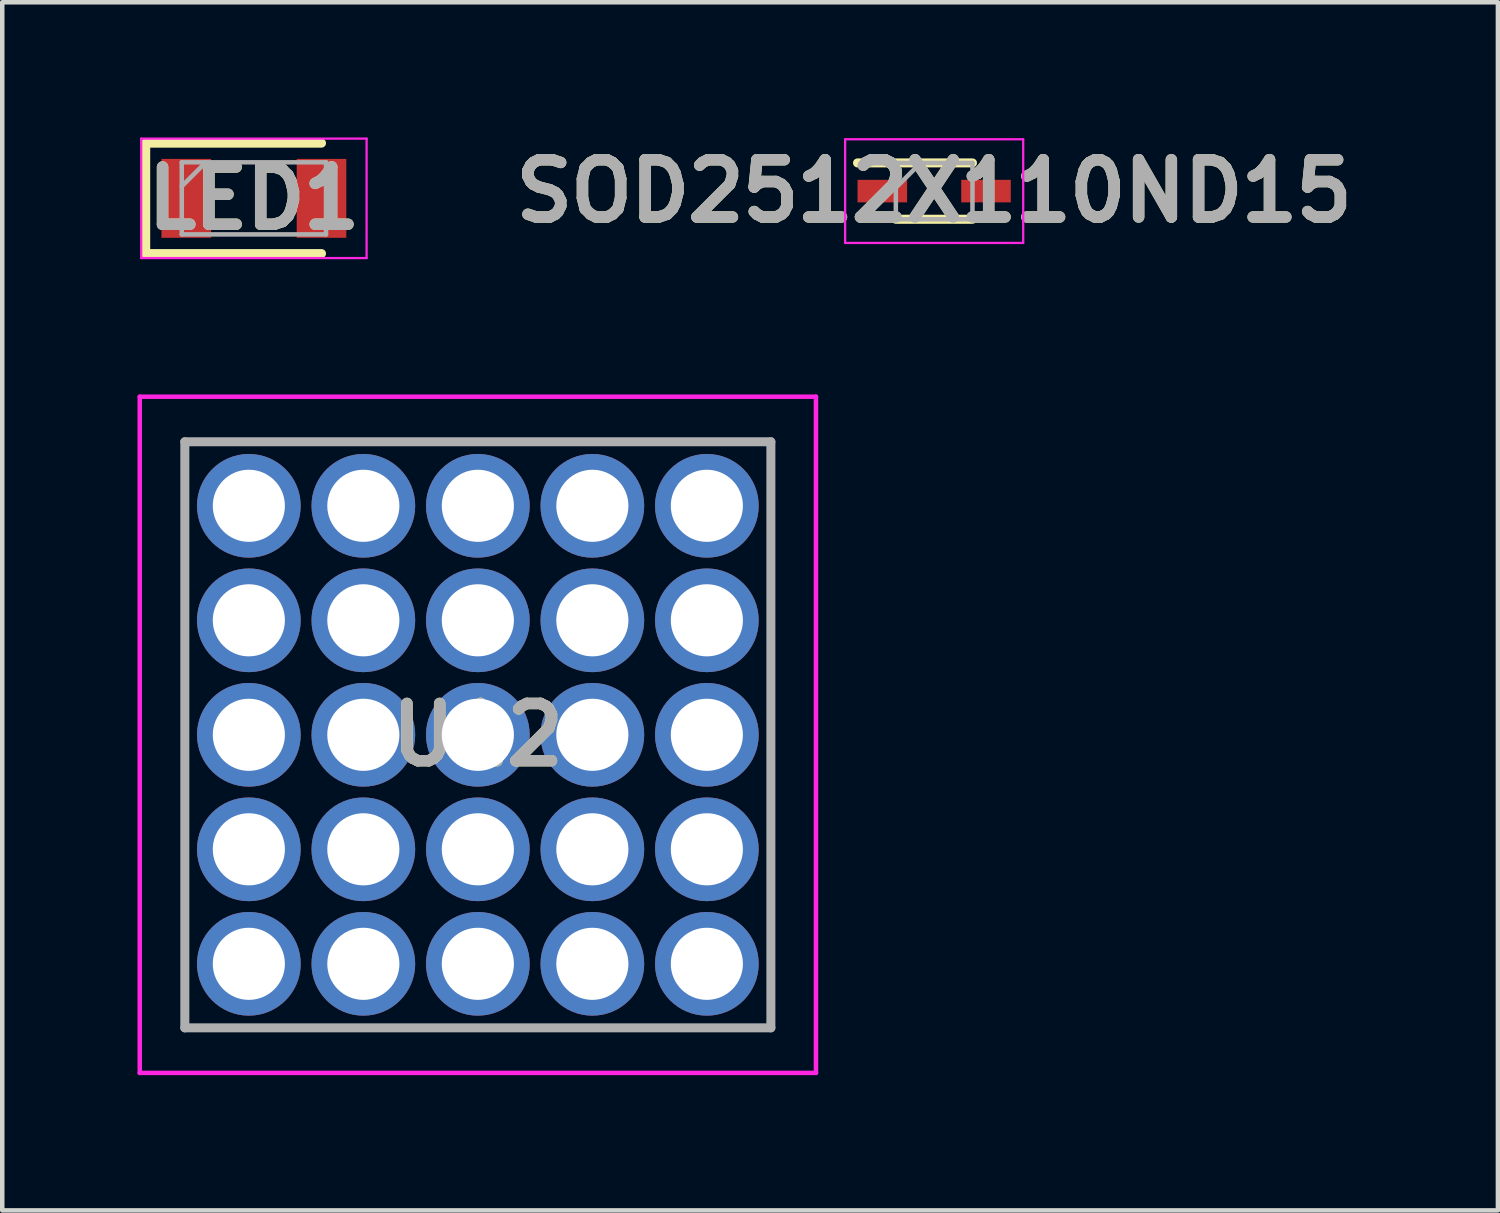
<source format=kicad_pcb>
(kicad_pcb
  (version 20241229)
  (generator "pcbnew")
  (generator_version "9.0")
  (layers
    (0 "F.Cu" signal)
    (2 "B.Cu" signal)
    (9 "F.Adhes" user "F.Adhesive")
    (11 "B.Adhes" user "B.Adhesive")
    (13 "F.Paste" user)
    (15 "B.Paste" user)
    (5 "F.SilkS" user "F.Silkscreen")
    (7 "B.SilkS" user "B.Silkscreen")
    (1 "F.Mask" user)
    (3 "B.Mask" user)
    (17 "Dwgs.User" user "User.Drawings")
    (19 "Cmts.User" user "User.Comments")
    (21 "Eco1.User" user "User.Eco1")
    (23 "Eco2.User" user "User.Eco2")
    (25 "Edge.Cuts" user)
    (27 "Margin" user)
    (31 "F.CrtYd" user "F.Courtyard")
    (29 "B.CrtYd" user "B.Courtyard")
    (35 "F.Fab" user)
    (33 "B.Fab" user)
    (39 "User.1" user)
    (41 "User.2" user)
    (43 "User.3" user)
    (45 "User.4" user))
  (footprint "LED1"
    (layer "F.Cu")
    (at 2.582 1.35)
    (property "Reference" "LED1" (at 0 0 0) (layer "F.SilkS") (effects (font (size 1.27 1.27) (thickness 0.254))))
    (attr smd)
    (fp_line (start -2.4 -1.225) (end -2.4 1.225) (stroke (width 0.2) (type solid)) (layer "F.SilkS"))
    (fp_line (start -2.4 1.225) (end 1.5 1.225) (stroke (width 0.2) (type solid)) (layer "F.SilkS"))
    (fp_line (start 1.5 -1.225) (end -2.4 -1.225) (stroke (width 0.2) (type solid)) (layer "F.SilkS"))
    (fp_line (start -2.5 -1.325) (end 2.5 -1.325) (stroke (width 0.05) (type solid)) (layer "F.CrtYd"))
    (fp_line (start -2.5 1.325) (end -2.5 -1.325) (stroke (width 0.05) (type solid)) (layer "F.CrtYd"))
    (fp_line (start 2.5 -1.325) (end 2.5 1.325) (stroke (width 0.05) (type solid)) (layer "F.CrtYd"))
    (fp_line (start 2.5 1.325) (end -2.5 1.325) (stroke (width 0.05) (type solid)) (layer "F.CrtYd"))
    (fp_line (start -1.6 -0.8) (end 1.6 -0.8) (stroke (width 0.1) (type solid)) (layer "F.Fab"))
    (fp_line (start -1.6 -0.267) (end -1.067 -0.8) (stroke (width 0.1) (type solid)) (layer "F.Fab"))
    (fp_line (start -1.6 0.8) (end -1.6 -0.8) (stroke (width 0.1) (type solid)) (layer "F.Fab"))
    (fp_line (start 1.6 -0.8) (end 1.6 0.8) (stroke (width 0.1) (type solid)) (layer "F.Fab"))
    (fp_line (start 1.6 0.8) (end -1.6 0.8) (stroke (width 0.1) (type solid)) (layer "F.Fab"))
    (fp_text user "${REFERENCE}" (at 0 0 0) (layer "F.Fab") (effects (font (size 1.27 1.27) (thickness 0.254))))
    (pad "1" smd rect (at -1.5 0) (size 1.1 1.75) (layers "F.Cu" "F.Mask" "F.Paste"))
    (pad "2" smd rect (at 1.5 0) (size 1.1 1.75) (layers "F.Cu" "F.Mask" "F.Paste")))
  (footprint "U12"
    (layer "F.Cu")
    (at 2.47 18.33)
    (property "Reference" "U12" (at 5.08 -5.08 0) (layer "F.SilkS") (effects (font (size 1.27 1.27) (thickness 0.254))))
    (attr through_hole)
    (fp_line (start -1.42 -11.58) (end 11.58 -11.58) (stroke (width 0.1) (type solid)) (layer "F.SilkS"))
    (fp_line (start -1.42 1.42) (end -1.42 -11.58) (stroke (width 0.1) (type solid)) (layer "F.SilkS"))
    (fp_line (start 11.58 -11.58) (end 11.58 1.42) (stroke (width 0.1) (type solid)) (layer "F.SilkS"))
    (fp_line (start 11.58 1.42) (end -1.42 1.42) (stroke (width 0.1) (type solid)) (layer "F.SilkS"))
    (fp_line (start -2.42 -12.58) (end 12.58 -12.58) (stroke (width 0.1) (type solid)) (layer "F.CrtYd"))
    (fp_line (start -2.42 2.42) (end -2.42 -12.58) (stroke (width 0.1) (type solid)) (layer "F.CrtYd"))
    (fp_line (start 12.58 -12.58) (end 12.58 2.42) (stroke (width 0.1) (type solid)) (layer "F.CrtYd"))
    (fp_line (start 12.58 2.42) (end -2.42 2.42) (stroke (width 0.1) (type solid)) (layer "F.CrtYd"))
    (fp_line (start -1.42 -11.58) (end 11.58 -11.58) (stroke (width 0.2) (type solid)) (layer "F.Fab"))
    (fp_line (start -1.42 1.42) (end -1.42 -11.58) (stroke (width 0.2) (type solid)) (layer "F.Fab"))
    (fp_line (start 11.58 -11.58) (end 11.58 1.42) (stroke (width 0.2) (type solid)) (layer "F.Fab"))
    (fp_line (start 11.58 1.42) (end -1.42 1.42) (stroke (width 0.2) (type solid)) (layer "F.Fab"))
    (fp_text user "${REFERENCE}" (at 5.08 -5.08 0) (layer "F.Fab") (effects (font (size 1.27 1.27) (thickness 0.254))))
    (pad "1" thru_hole circle (at 0 0) (size 2.3 2.3) (drill 1.6) (layers "*.Cu" "*.Mask"))
    (pad "2" thru_hole circle (at 2.54 0) (size 2.3 2.3) (drill 1.6) (layers "*.Cu" "*.Mask"))
    (pad "3" thru_hole circle (at 5.08 0) (size 2.3 2.3) (drill 1.6) (layers "*.Cu" "*.Mask"))
    (pad "4" thru_hole circle (at 7.62 0) (size 2.3 2.3) (drill 1.6) (layers "*.Cu" "*.Mask"))
    (pad "5" thru_hole circle (at 10.16 0) (size 2.3 2.3) (drill 1.6) (layers "*.Cu" "*.Mask"))
    (pad "6" thru_hole circle (at 0 -2.54) (size 2.3 2.3) (drill 1.6) (layers "*.Cu" "*.Mask"))
    (pad "7" thru_hole circle (at 2.54 -2.54) (size 2.3 2.3) (drill 1.6) (layers "*.Cu" "*.Mask"))
    (pad "8" thru_hole circle (at 5.08 -2.54) (size 2.3 2.3) (drill 1.6) (layers "*.Cu" "*.Mask"))
    (pad "9" thru_hole circle (at 7.62 -2.54) (size 2.3 2.3) (drill 1.6) (layers "*.Cu" "*.Mask"))
    (pad "10" thru_hole circle (at 10.16 -2.54) (size 2.3 2.3) (drill 1.6) (layers "*.Cu" "*.Mask"))
    (pad "11" thru_hole circle (at 0 -5.08) (size 2.3 2.3) (drill 1.6) (layers "*.Cu" "*.Mask"))
    (pad "12" thru_hole circle (at 2.54 -5.08) (size 2.3 2.3) (drill 1.6) (layers "*.Cu" "*.Mask"))
    (pad "13" thru_hole circle (at 5.08 -5.08) (size 2.3 2.3) (drill 1.6) (layers "*.Cu" "*.Mask"))
    (pad "14" thru_hole circle (at 7.62 -5.08) (size 2.3 2.3) (drill 1.6) (layers "*.Cu" "*.Mask"))
    (pad "15" thru_hole circle (at 10.16 -5.08) (size 2.3 2.3) (drill 1.6) (layers "*.Cu" "*.Mask"))
    (pad "16" thru_hole circle (at 0 -7.62) (size 2.3 2.3) (drill 1.6) (layers "*.Cu" "*.Mask"))
    (pad "17" thru_hole circle (at 2.54 -7.62) (size 2.3 2.3) (drill 1.6) (layers "*.Cu" "*.Mask"))
    (pad "18" thru_hole circle (at 5.08 -7.62) (size 2.3 2.3) (drill 1.6) (layers "*.Cu" "*.Mask"))
    (pad "19" thru_hole circle (at 7.62 -7.62) (size 2.3 2.3) (drill 1.6) (layers "*.Cu" "*.Mask"))
    (pad "20" thru_hole circle (at 10.16 -7.62) (size 2.3 2.3) (drill 1.6) (layers "*.Cu" "*.Mask"))
    (pad "21" thru_hole circle (at 0 -10.16) (size 2.3 2.3) (drill 1.6) (layers "*.Cu" "*.Mask"))
    (pad "22" thru_hole circle (at 2.54 -10.16) (size 2.3 2.3) (drill 1.6) (layers "*.Cu" "*.Mask"))
    (pad "23" thru_hole circle (at 5.08 -10.16) (size 2.3 2.3) (drill 1.6) (layers "*.Cu" "*.Mask"))
    (pad "24" thru_hole circle (at 7.62 -10.16) (size 2.3 2.3) (drill 1.6) (layers "*.Cu" "*.Mask"))
    (pad "25" thru_hole circle (at 10.16 -10.16) (size 2.3 2.3) (drill 1.6) (layers "*.Cu" "*.Mask")))
  (footprint "SOD2512X110ND15"
    (layer "F.Cu")
    (at 17.672 1.189)
    (property "Reference" "SOD2512X110ND15" (at 0 0 0) (layer "F.SilkS") (effects (font (size 1.27 1.27) (thickness 0.254))))
    (attr smd)
    (fp_line (start -1.7 -0.625) (end 0.85 -0.625) (stroke (width 0.2) (type solid)) (layer "F.SilkS"))
    (fp_line (start -0.85 0.625) (end 0.85 0.625) (stroke (width 0.2) (type solid)) (layer "F.SilkS"))
    (fp_line (start -1.975 -1.15) (end 1.975 -1.15) (stroke (width 0.05) (type solid)) (layer "F.CrtYd"))
    (fp_line (start -1.975 1.15) (end -1.975 -1.15) (stroke (width 0.05) (type solid)) (layer "F.CrtYd"))
    (fp_line (start 1.975 -1.15) (end 1.975 1.15) (stroke (width 0.05) (type solid)) (layer "F.CrtYd"))
    (fp_line (start 1.975 1.15) (end -1.975 1.15) (stroke (width 0.05) (type solid)) (layer "F.CrtYd"))
    (fp_line (start -0.85 -0.625) (end 0.85 -0.625) (stroke (width 0.1) (type solid)) (layer "F.Fab"))
    (fp_line (start -0.85 -0.075) (end -0.3 -0.625) (stroke (width 0.1) (type solid)) (layer "F.Fab"))
    (fp_line (start -0.85 0.625) (end -0.85 -0.625) (stroke (width 0.1) (type solid)) (layer "F.Fab"))
    (fp_line (start 0.85 -0.625) (end 0.85 0.625) (stroke (width 0.1) (type solid)) (layer "F.Fab"))
    (fp_line (start 0.85 0.625) (end -0.85 0.625) (stroke (width 0.1) (type solid)) (layer "F.Fab"))
    (fp_text user "${REFERENCE}" (at 0 0 0) (layer "F.Fab") (effects (font (size 1.27 1.27) (thickness 0.254))))
    (pad "1" smd rect (at -1.15 0 90) (size 0.5 1.1) (layers "F.Cu" "F.Mask" "F.Paste"))
    (pad "2" smd rect (at 1.15 0 90) (size 0.5 1.1) (layers "F.Cu" "F.Mask" "F.Paste")))
  (gr_rect
    (start -3 -3)
    (end 30.178 23.8)
    (stroke (width 0.1) (type default))
    (fill no)
    (layer "Edge.Cuts")))
</source>
